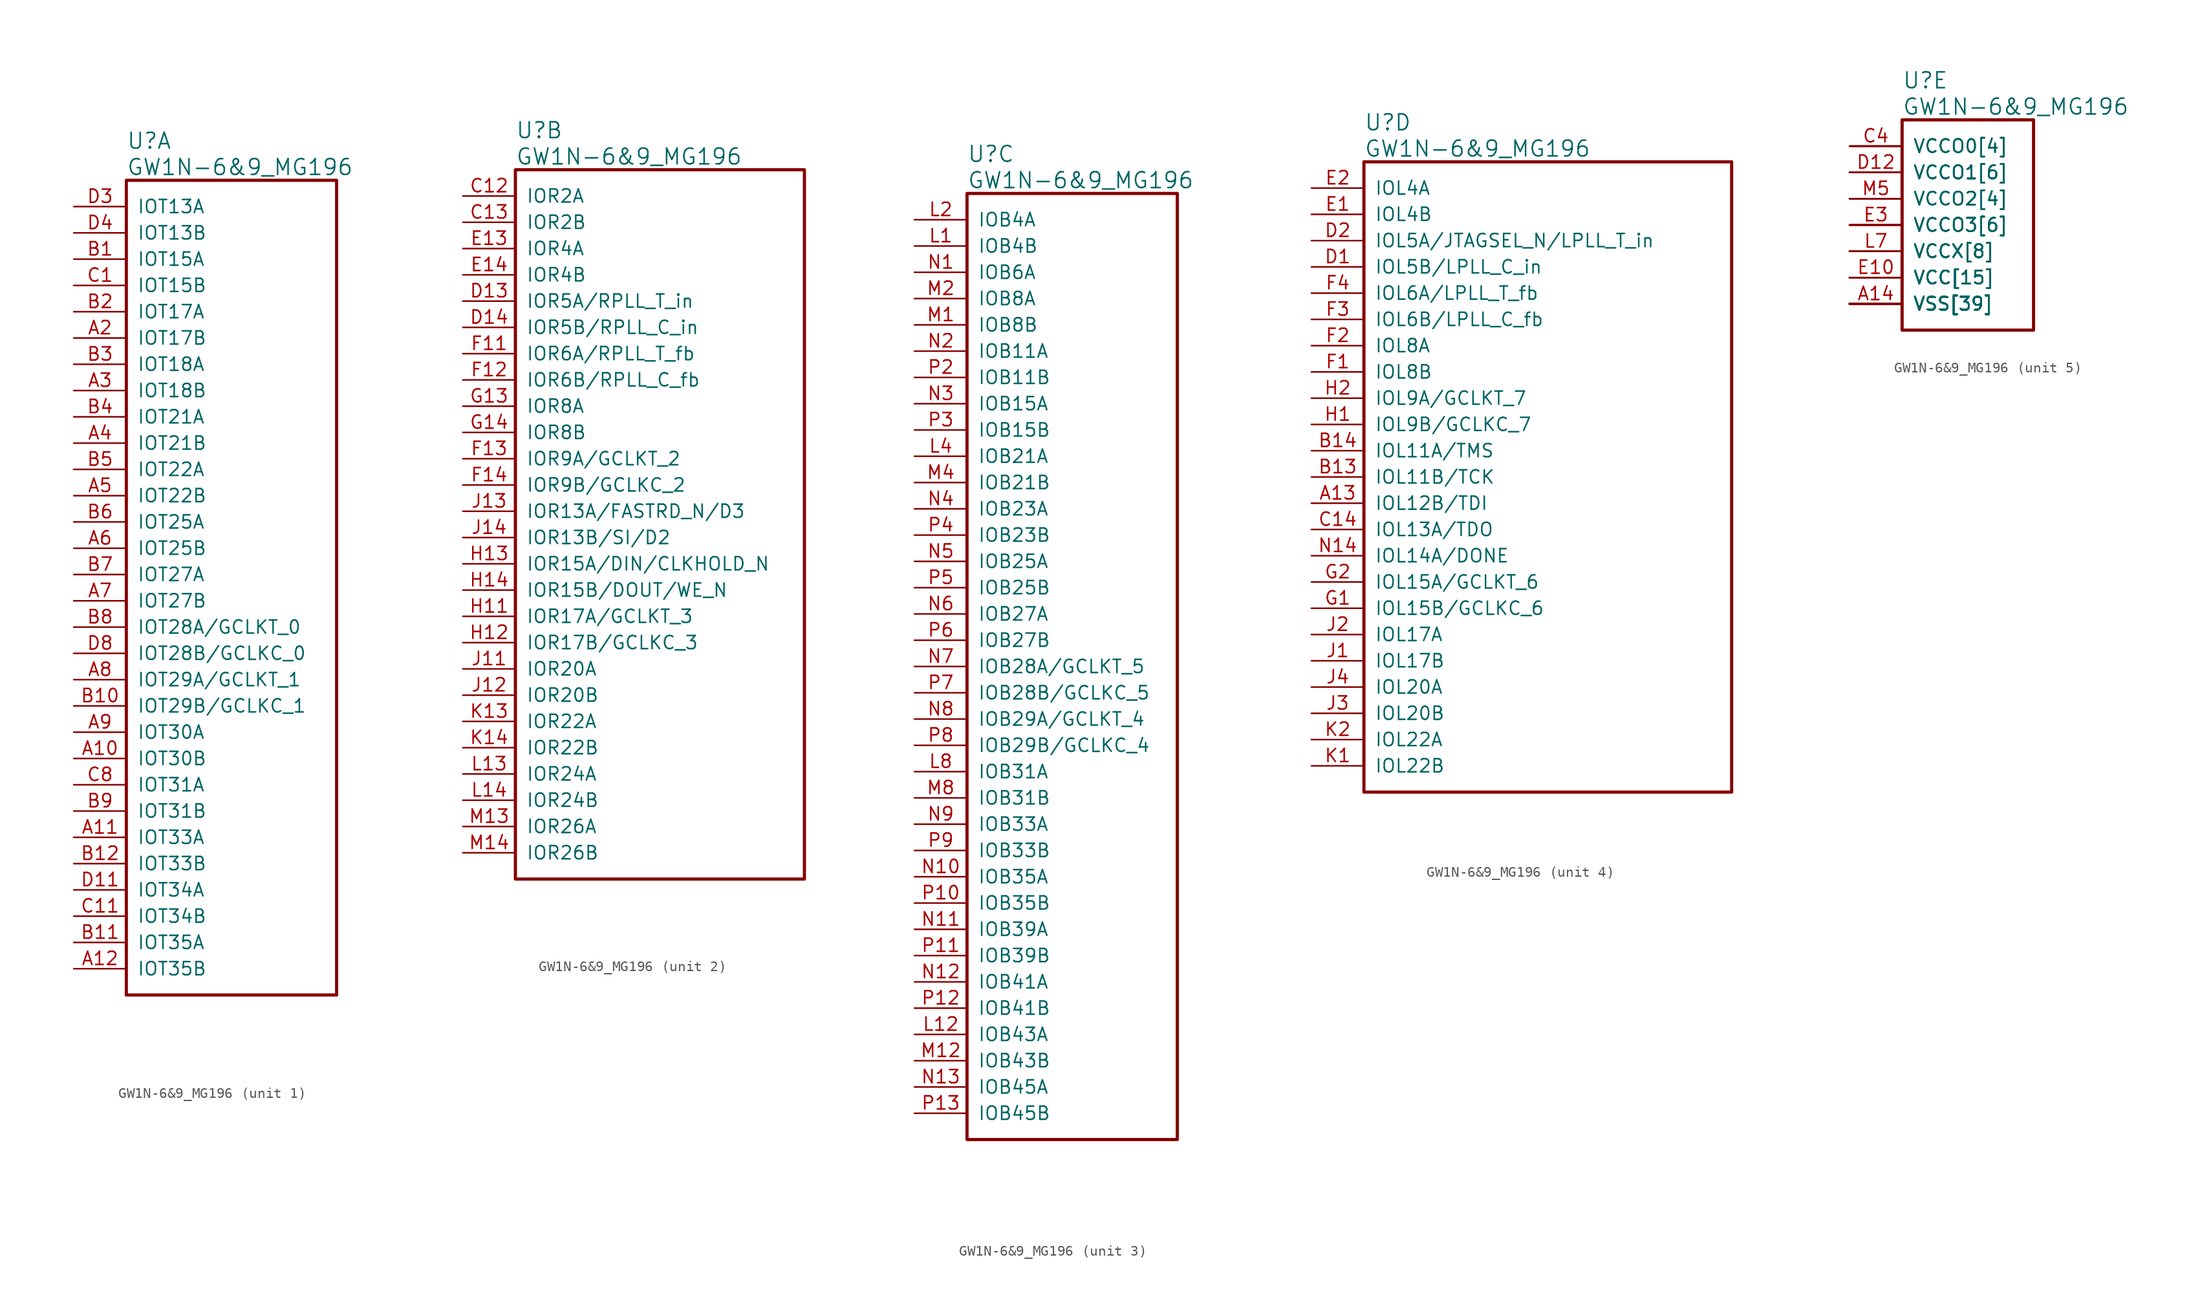
<source format=kicad_sym>
(kicad_symbol_lib
  (version 20220914)
  (generator kicad_symbol_editor)
  (symbol "GW1N-6&9_MG196"
    (pin_names
      (offset 1.016))
    (property "Reference" "U"
      (at 5.08 6.35 0)
      (effects (font (size 1.524 1.524)) (justify left)))
    (property "Value" "GW1N-6&9_MG196"
      (at 5.08 3.81 0)
      (effects (font (size 1.524 1.524)) (justify left)))
    (property "ki_locked" ""
      (at 0 0 0)
      (effects (font (size 1.27 1.27))))
    (symbol "GW1N-6&9_MG196_1_1"
      (rectangle (start 5.08 2.54) (end 25.4 -76.2) (stroke (width 0.305) (type solid)) (fill (type none)))
      (pin bidirectional line (at 0 -53.34 0) (length 5.08) (name "IOT30B" (effects (font (size 1.27 1.27)))) (number "A10" (effects (font (size 1.27 1.27)))))
      (pin bidirectional line (at 0 -60.96 0) (length 5.08) (name "IOT33A" (effects (font (size 1.27 1.27)))) (number "A11" (effects (font (size 1.27 1.27)))))
      (pin bidirectional line (at 0 -73.66 0) (length 5.08) (name "IOT35B" (effects (font (size 1.27 1.27)))) (number "A12" (effects (font (size 1.27 1.27)))))
      (pin bidirectional line (at 0 -12.7 0) (length 5.08) (name "IOT17B" (effects (font (size 1.27 1.27)))) (number "A2" (effects (font (size 1.27 1.27)))))
      (pin bidirectional line (at 0 -17.78 0) (length 5.08) (name "IOT18B" (effects (font (size 1.27 1.27)))) (number "A3" (effects (font (size 1.27 1.27)))))
      (pin bidirectional line (at 0 -22.86 0) (length 5.08) (name "IOT21B" (effects (font (size 1.27 1.27)))) (number "A4" (effects (font (size 1.27 1.27)))))
      (pin bidirectional line (at 0 -27.94 0) (length 5.08) (name "IOT22B" (effects (font (size 1.27 1.27)))) (number "A5" (effects (font (size 1.27 1.27)))))
      (pin bidirectional line (at 0 -33.02 0) (length 5.08) (name "IOT25B" (effects (font (size 1.27 1.27)))) (number "A6" (effects (font (size 1.27 1.27)))))
      (pin bidirectional line (at 0 -38.1 0) (length 5.08) (name "IOT27B" (effects (font (size 1.27 1.27)))) (number "A7" (effects (font (size 1.27 1.27)))))
      (pin bidirectional line (at 0 -45.72 0) (length 5.08) (name "IOT29A/GCLKT_1" (effects (font (size 1.27 1.27)))) (number "A8" (effects (font (size 1.27 1.27)))))
      (pin bidirectional line (at 0 -50.8 0) (length 5.08) (name "IOT30A" (effects (font (size 1.27 1.27)))) (number "A9" (effects (font (size 1.27 1.27)))))
      (pin bidirectional line (at 0 -5.08 0) (length 5.08) (name "IOT15A" (effects (font (size 1.27 1.27)))) (number "B1" (effects (font (size 1.27 1.27)))))
      (pin bidirectional line (at 0 -48.26 0) (length 5.08) (name "IOT29B/GCLKC_1" (effects (font (size 1.27 1.27)))) (number "B10" (effects (font (size 1.27 1.27)))))
      (pin bidirectional line (at 0 -71.12 0) (length 5.08) (name "IOT35A" (effects (font (size 1.27 1.27)))) (number "B11" (effects (font (size 1.27 1.27)))))
      (pin bidirectional line (at 0 -63.5 0) (length 5.08) (name "IOT33B" (effects (font (size 1.27 1.27)))) (number "B12" (effects (font (size 1.27 1.27)))))
      (pin bidirectional line (at 0 -10.16 0) (length 5.08) (name "IOT17A" (effects (font (size 1.27 1.27)))) (number "B2" (effects (font (size 1.27 1.27)))))
      (pin bidirectional line (at 0 -15.24 0) (length 5.08) (name "IOT18A" (effects (font (size 1.27 1.27)))) (number "B3" (effects (font (size 1.27 1.27)))))
      (pin bidirectional line (at 0 -20.32 0) (length 5.08) (name "IOT21A" (effects (font (size 1.27 1.27)))) (number "B4" (effects (font (size 1.27 1.27)))))
      (pin bidirectional line (at 0 -25.4 0) (length 5.08) (name "IOT22A" (effects (font (size 1.27 1.27)))) (number "B5" (effects (font (size 1.27 1.27)))))
      (pin bidirectional line (at 0 -30.48 0) (length 5.08) (name "IOT25A" (effects (font (size 1.27 1.27)))) (number "B6" (effects (font (size 1.27 1.27)))))
      (pin bidirectional line (at 0 -35.56 0) (length 5.08) (name "IOT27A" (effects (font (size 1.27 1.27)))) (number "B7" (effects (font (size 1.27 1.27)))))
      (pin bidirectional line (at 0 -40.64 0) (length 5.08) (name "IOT28A/GCLKT_0" (effects (font (size 1.27 1.27)))) (number "B8" (effects (font (size 1.27 1.27)))))
      (pin bidirectional line (at 0 -58.42 0) (length 5.08) (name "IOT31B" (effects (font (size 1.27 1.27)))) (number "B9" (effects (font (size 1.27 1.27)))))
      (pin bidirectional line (at 0 -7.62 0) (length 5.08) (name "IOT15B" (effects (font (size 1.27 1.27)))) (number "C1" (effects (font (size 1.27 1.27)))))
      (pin bidirectional line (at 0 -68.58 0) (length 5.08) (name "IOT34B" (effects (font (size 1.27 1.27)))) (number "C11" (effects (font (size 1.27 1.27)))))
      (pin bidirectional line (at 0 -55.88 0) (length 5.08) (name "IOT31A" (effects (font (size 1.27 1.27)))) (number "C8" (effects (font (size 1.27 1.27)))))
      (pin bidirectional line (at 0 -66.04 0) (length 5.08) (name "IOT34A" (effects (font (size 1.27 1.27)))) (number "D11" (effects (font (size 1.27 1.27)))))
      (pin bidirectional line (at 0 0 0) (length 5.08) (name "IOT13A" (effects (font (size 1.27 1.27)))) (number "D3" (effects (font (size 1.27 1.27)))))
      (pin bidirectional line (at 0 -2.54 0) (length 5.08) (name "IOT13B" (effects (font (size 1.27 1.27)))) (number "D4" (effects (font (size 1.27 1.27)))))
      (pin bidirectional line (at 0 -43.18 0) (length 5.08) (name "IOT28B/GCLKC_0" (effects (font (size 1.27 1.27)))) (number "D8" (effects (font (size 1.27 1.27))))))
    (symbol "GW1N-6&9_MG196_2_1"
      (rectangle (start 5.08 2.54) (end 33.02 -66.04) (stroke (width 0.305) (type solid)) (fill (type none)))
      (pin bidirectional line (at 0 0 0) (length 5.08) (name "IOR2A" (effects (font (size 1.27 1.27)))) (number "C12" (effects (font (size 1.27 1.27)))))
      (pin bidirectional line (at 0 -2.54 0) (length 5.08) (name "IOR2B" (effects (font (size 1.27 1.27)))) (number "C13" (effects (font (size 1.27 1.27)))))
      (pin bidirectional line (at 0 -10.16 0) (length 5.08) (name "IOR5A/RPLL_T_in" (effects (font (size 1.27 1.27)))) (number "D13" (effects (font (size 1.27 1.27)))))
      (pin bidirectional line (at 0 -12.7 0) (length 5.08) (name "IOR5B/RPLL_C_in" (effects (font (size 1.27 1.27)))) (number "D14" (effects (font (size 1.27 1.27)))))
      (pin bidirectional line (at 0 -5.08 0) (length 5.08) (name "IOR4A" (effects (font (size 1.27 1.27)))) (number "E13" (effects (font (size 1.27 1.27)))))
      (pin bidirectional line (at 0 -7.62 0) (length 5.08) (name "IOR4B" (effects (font (size 1.27 1.27)))) (number "E14" (effects (font (size 1.27 1.27)))))
      (pin bidirectional line (at 0 -15.24 0) (length 5.08) (name "IOR6A/RPLL_T_fb" (effects (font (size 1.27 1.27)))) (number "F11" (effects (font (size 1.27 1.27)))))
      (pin bidirectional line (at 0 -17.78 0) (length 5.08) (name "IOR6B/RPLL_C_fb" (effects (font (size 1.27 1.27)))) (number "F12" (effects (font (size 1.27 1.27)))))
      (pin bidirectional line (at 0 -25.4 0) (length 5.08) (name "IOR9A/GCLKT_2" (effects (font (size 1.27 1.27)))) (number "F13" (effects (font (size 1.27 1.27)))))
      (pin bidirectional line (at 0 -27.94 0) (length 5.08) (name "IOR9B/GCLKC_2" (effects (font (size 1.27 1.27)))) (number "F14" (effects (font (size 1.27 1.27)))))
      (pin bidirectional line (at 0 -20.32 0) (length 5.08) (name "IOR8A" (effects (font (size 1.27 1.27)))) (number "G13" (effects (font (size 1.27 1.27)))))
      (pin bidirectional line (at 0 -22.86 0) (length 5.08) (name "IOR8B" (effects (font (size 1.27 1.27)))) (number "G14" (effects (font (size 1.27 1.27)))))
      (pin bidirectional line (at 0 -40.64 0) (length 5.08) (name "IOR17A/GCLKT_3" (effects (font (size 1.27 1.27)))) (number "H11" (effects (font (size 1.27 1.27)))))
      (pin bidirectional line (at 0 -43.18 0) (length 5.08) (name "IOR17B/GCLKC_3" (effects (font (size 1.27 1.27)))) (number "H12" (effects (font (size 1.27 1.27)))))
      (pin bidirectional line (at 0 -35.56 0) (length 5.08) (name "IOR15A/DIN/CLKHOLD_N" (effects (font (size 1.27 1.27)))) (number "H13" (effects (font (size 1.27 1.27)))))
      (pin bidirectional line (at 0 -38.1 0) (length 5.08) (name "IOR15B/DOUT/WE_N" (effects (font (size 1.27 1.27)))) (number "H14" (effects (font (size 1.27 1.27)))))
      (pin bidirectional line (at 0 -45.72 0) (length 5.08) (name "IOR20A" (effects (font (size 1.27 1.27)))) (number "J11" (effects (font (size 1.27 1.27)))))
      (pin bidirectional line (at 0 -48.26 0) (length 5.08) (name "IOR20B" (effects (font (size 1.27 1.27)))) (number "J12" (effects (font (size 1.27 1.27)))))
      (pin bidirectional line (at 0 -30.48 0) (length 5.08) (name "IOR13A/FASTRD_N/D3" (effects (font (size 1.27 1.27)))) (number "J13" (effects (font (size 1.27 1.27)))))
      (pin bidirectional line (at 0 -33.02 0) (length 5.08) (name "IOR13B/SI/D2" (effects (font (size 1.27 1.27)))) (number "J14" (effects (font (size 1.27 1.27)))))
      (pin bidirectional line (at 0 -50.8 0) (length 5.08) (name "IOR22A" (effects (font (size 1.27 1.27)))) (number "K13" (effects (font (size 1.27 1.27)))))
      (pin bidirectional line (at 0 -53.34 0) (length 5.08) (name "IOR22B" (effects (font (size 1.27 1.27)))) (number "K14" (effects (font (size 1.27 1.27)))))
      (pin bidirectional line (at 0 -55.88 0) (length 5.08) (name "IOR24A" (effects (font (size 1.27 1.27)))) (number "L13" (effects (font (size 1.27 1.27)))))
      (pin bidirectional line (at 0 -58.42 0) (length 5.08) (name "IOR24B" (effects (font (size 1.27 1.27)))) (number "L14" (effects (font (size 1.27 1.27)))))
      (pin bidirectional line (at 0 -60.96 0) (length 5.08) (name "IOR26A" (effects (font (size 1.27 1.27)))) (number "M13" (effects (font (size 1.27 1.27)))))
      (pin bidirectional line (at 0 -63.5 0) (length 5.08) (name "IOR26B" (effects (font (size 1.27 1.27)))) (number "M14" (effects (font (size 1.27 1.27))))))
    (symbol "GW1N-6&9_MG196_3_1"
      (rectangle (start 5.08 2.54) (end 25.4 -88.9) (stroke (width 0.305) (type solid)) (fill (type none)))
      (pin bidirectional line (at 0 -2.54 0) (length 5.08) (name "IOB4B" (effects (font (size 1.27 1.27)))) (number "L1" (effects (font (size 1.27 1.27)))))
      (pin bidirectional line (at 0 -78.74 0) (length 5.08) (name "IOB43A" (effects (font (size 1.27 1.27)))) (number "L12" (effects (font (size 1.27 1.27)))))
      (pin bidirectional line (at 0 0 0) (length 5.08) (name "IOB4A" (effects (font (size 1.27 1.27)))) (number "L2" (effects (font (size 1.27 1.27)))))
      (pin bidirectional line (at 0 -22.86 0) (length 5.08) (name "IOB21A" (effects (font (size 1.27 1.27)))) (number "L4" (effects (font (size 1.27 1.27)))))
      (pin bidirectional line (at 0 -53.34 0) (length 5.08) (name "IOB31A" (effects (font (size 1.27 1.27)))) (number "L8" (effects (font (size 1.27 1.27)))))
      (pin bidirectional line (at 0 -10.16 0) (length 5.08) (name "IOB8B" (effects (font (size 1.27 1.27)))) (number "M1" (effects (font (size 1.27 1.27)))))
      (pin bidirectional line (at 0 -81.28 0) (length 5.08) (name "IOB43B" (effects (font (size 1.27 1.27)))) (number "M12" (effects (font (size 1.27 1.27)))))
      (pin bidirectional line (at 0 -7.62 0) (length 5.08) (name "IOB8A" (effects (font (size 1.27 1.27)))) (number "M2" (effects (font (size 1.27 1.27)))))
      (pin bidirectional line (at 0 -25.4 0) (length 5.08) (name "IOB21B" (effects (font (size 1.27 1.27)))) (number "M4" (effects (font (size 1.27 1.27)))))
      (pin bidirectional line (at 0 -55.88 0) (length 5.08) (name "IOB31B" (effects (font (size 1.27 1.27)))) (number "M8" (effects (font (size 1.27 1.27)))))
      (pin bidirectional line (at 0 -5.08 0) (length 5.08) (name "IOB6A" (effects (font (size 1.27 1.27)))) (number "N1" (effects (font (size 1.27 1.27)))))
      (pin bidirectional line (at 0 -63.5 0) (length 5.08) (name "IOB35A" (effects (font (size 1.27 1.27)))) (number "N10" (effects (font (size 1.27 1.27)))))
      (pin bidirectional line (at 0 -68.58 0) (length 5.08) (name "IOB39A" (effects (font (size 1.27 1.27)))) (number "N11" (effects (font (size 1.27 1.27)))))
      (pin bidirectional line (at 0 -73.66 0) (length 5.08) (name "IOB41A" (effects (font (size 1.27 1.27)))) (number "N12" (effects (font (size 1.27 1.27)))))
      (pin bidirectional line (at 0 -83.82 0) (length 5.08) (name "IOB45A" (effects (font (size 1.27 1.27)))) (number "N13" (effects (font (size 1.27 1.27)))))
      (pin bidirectional line (at 0 -12.7 0) (length 5.08) (name "IOB11A" (effects (font (size 1.27 1.27)))) (number "N2" (effects (font (size 1.27 1.27)))))
      (pin bidirectional line (at 0 -17.78 0) (length 5.08) (name "IOB15A" (effects (font (size 1.27 1.27)))) (number "N3" (effects (font (size 1.27 1.27)))))
      (pin bidirectional line (at 0 -27.94 0) (length 5.08) (name "IOB23A" (effects (font (size 1.27 1.27)))) (number "N4" (effects (font (size 1.27 1.27)))))
      (pin bidirectional line (at 0 -33.02 0) (length 5.08) (name "IOB25A" (effects (font (size 1.27 1.27)))) (number "N5" (effects (font (size 1.27 1.27)))))
      (pin bidirectional line (at 0 -38.1 0) (length 5.08) (name "IOB27A" (effects (font (size 1.27 1.27)))) (number "N6" (effects (font (size 1.27 1.27)))))
      (pin bidirectional line (at 0 -43.18 0) (length 5.08) (name "IOB28A/GCLKT_5" (effects (font (size 1.27 1.27)))) (number "N7" (effects (font (size 1.27 1.27)))))
      (pin bidirectional line (at 0 -48.26 0) (length 5.08) (name "IOB29A/GCLKT_4" (effects (font (size 1.27 1.27)))) (number "N8" (effects (font (size 1.27 1.27)))))
      (pin bidirectional line (at 0 -58.42 0) (length 5.08) (name "IOB33A" (effects (font (size 1.27 1.27)))) (number "N9" (effects (font (size 1.27 1.27)))))
      (pin bidirectional line (at 0 -66.04 0) (length 5.08) (name "IOB35B" (effects (font (size 1.27 1.27)))) (number "P10" (effects (font (size 1.27 1.27)))))
      (pin bidirectional line (at 0 -71.12 0) (length 5.08) (name "IOB39B" (effects (font (size 1.27 1.27)))) (number "P11" (effects (font (size 1.27 1.27)))))
      (pin bidirectional line (at 0 -76.2 0) (length 5.08) (name "IOB41B" (effects (font (size 1.27 1.27)))) (number "P12" (effects (font (size 1.27 1.27)))))
      (pin bidirectional line (at 0 -86.36 0) (length 5.08) (name "IOB45B" (effects (font (size 1.27 1.27)))) (number "P13" (effects (font (size 1.27 1.27)))))
      (pin bidirectional line (at 0 -15.24 0) (length 5.08) (name "IOB11B" (effects (font (size 1.27 1.27)))) (number "P2" (effects (font (size 1.27 1.27)))))
      (pin bidirectional line (at 0 -20.32 0) (length 5.08) (name "IOB15B" (effects (font (size 1.27 1.27)))) (number "P3" (effects (font (size 1.27 1.27)))))
      (pin bidirectional line (at 0 -30.48 0) (length 5.08) (name "IOB23B" (effects (font (size 1.27 1.27)))) (number "P4" (effects (font (size 1.27 1.27)))))
      (pin bidirectional line (at 0 -35.56 0) (length 5.08) (name "IOB25B" (effects (font (size 1.27 1.27)))) (number "P5" (effects (font (size 1.27 1.27)))))
      (pin bidirectional line (at 0 -40.64 0) (length 5.08) (name "IOB27B" (effects (font (size 1.27 1.27)))) (number "P6" (effects (font (size 1.27 1.27)))))
      (pin bidirectional line (at 0 -45.72 0) (length 5.08) (name "IOB28B/GCLKC_5" (effects (font (size 1.27 1.27)))) (number "P7" (effects (font (size 1.27 1.27)))))
      (pin bidirectional line (at 0 -50.8 0) (length 5.08) (name "IOB29B/GCLKC_4" (effects (font (size 1.27 1.27)))) (number "P8" (effects (font (size 1.27 1.27)))))
      (pin bidirectional line (at 0 -60.96 0) (length 5.08) (name "IOB33B" (effects (font (size 1.27 1.27)))) (number "P9" (effects (font (size 1.27 1.27))))))
    (symbol "GW1N-6&9_MG196_4_1"
      (rectangle (start 5.08 2.54) (end 40.64 -58.42) (stroke (width 0.305) (type solid)) (fill (type none)))
      (pin bidirectional line (at 0 -30.48 0) (length 5.08) (name "IOL12B/TDI" (effects (font (size 1.27 1.27)))) (number "A13" (effects (font (size 1.27 1.27)))))
      (pin bidirectional line (at 0 -27.94 0) (length 5.08) (name "IOL11B/TCK" (effects (font (size 1.27 1.27)))) (number "B13" (effects (font (size 1.27 1.27)))))
      (pin bidirectional line (at 0 -25.4 0) (length 5.08) (name "IOL11A/TMS" (effects (font (size 1.27 1.27)))) (number "B14" (effects (font (size 1.27 1.27)))))
      (pin bidirectional line (at 0 -33.02 0) (length 5.08) (name "IOL13A/TDO" (effects (font (size 1.27 1.27)))) (number "C14" (effects (font (size 1.27 1.27)))))
      (pin bidirectional line (at 0 -7.62 0) (length 5.08) (name "IOL5B/LPLL_C_in" (effects (font (size 1.27 1.27)))) (number "D1" (effects (font (size 1.27 1.27)))))
      (pin bidirectional line (at 0 -5.08 0) (length 5.08) (name "IOL5A/JTAGSEL_N/LPLL_T_in" (effects (font (size 1.27 1.27)))) (number "D2" (effects (font (size 1.27 1.27)))))
      (pin bidirectional line (at 0 -2.54 0) (length 5.08) (name "IOL4B" (effects (font (size 1.27 1.27)))) (number "E1" (effects (font (size 1.27 1.27)))))
      (pin bidirectional line (at 0 0 0) (length 5.08) (name "IOL4A" (effects (font (size 1.27 1.27)))) (number "E2" (effects (font (size 1.27 1.27)))))
      (pin bidirectional line (at 0 -17.78 0) (length 5.08) (name "IOL8B" (effects (font (size 1.27 1.27)))) (number "F1" (effects (font (size 1.27 1.27)))))
      (pin bidirectional line (at 0 -15.24 0) (length 5.08) (name "IOL8A" (effects (font (size 1.27 1.27)))) (number "F2" (effects (font (size 1.27 1.27)))))
      (pin bidirectional line (at 0 -12.7 0) (length 5.08) (name "IOL6B/LPLL_C_fb" (effects (font (size 1.27 1.27)))) (number "F3" (effects (font (size 1.27 1.27)))))
      (pin bidirectional line (at 0 -10.16 0) (length 5.08) (name "IOL6A/LPLL_T_fb" (effects (font (size 1.27 1.27)))) (number "F4" (effects (font (size 1.27 1.27)))))
      (pin bidirectional line (at 0 -40.64 0) (length 5.08) (name "IOL15B/GCLKC_6" (effects (font (size 1.27 1.27)))) (number "G1" (effects (font (size 1.27 1.27)))))
      (pin bidirectional line (at 0 -38.1 0) (length 5.08) (name "IOL15A/GCLKT_6" (effects (font (size 1.27 1.27)))) (number "G2" (effects (font (size 1.27 1.27)))))
      (pin bidirectional line (at 0 -22.86 0) (length 5.08) (name "IOL9B/GCLKC_7" (effects (font (size 1.27 1.27)))) (number "H1" (effects (font (size 1.27 1.27)))))
      (pin bidirectional line (at 0 -20.32 0) (length 5.08) (name "IOL9A/GCLKT_7" (effects (font (size 1.27 1.27)))) (number "H2" (effects (font (size 1.27 1.27)))))
      (pin bidirectional line (at 0 -45.72 0) (length 5.08) (name "IOL17B" (effects (font (size 1.27 1.27)))) (number "J1" (effects (font (size 1.27 1.27)))))
      (pin bidirectional line (at 0 -43.18 0) (length 5.08) (name "IOL17A" (effects (font (size 1.27 1.27)))) (number "J2" (effects (font (size 1.27 1.27)))))
      (pin bidirectional line (at 0 -50.8 0) (length 5.08) (name "IOL20B" (effects (font (size 1.27 1.27)))) (number "J3" (effects (font (size 1.27 1.27)))))
      (pin bidirectional line (at 0 -48.26 0) (length 5.08) (name "IOL20A" (effects (font (size 1.27 1.27)))) (number "J4" (effects (font (size 1.27 1.27)))))
      (pin bidirectional line (at 0 -55.88 0) (length 5.08) (name "IOL22B" (effects (font (size 1.27 1.27)))) (number "K1" (effects (font (size 1.27 1.27)))))
      (pin bidirectional line (at 0 -53.34 0) (length 5.08) (name "IOL22A" (effects (font (size 1.27 1.27)))) (number "K2" (effects (font (size 1.27 1.27)))))
      (pin bidirectional line (at 0 -35.56 0) (length 5.08) (name "IOL14A/DONE" (effects (font (size 1.27 1.27)))) (number "N14" (effects (font (size 1.27 1.27))))))
    (symbol "GW1N-6&9_MG196_5_1"
      (rectangle (start 5.08 2.54) (end 17.78 -17.78) (stroke (width 0.305) (type solid)) (fill (type none)))
      (pin power_in line (at 0 -15.24 0) (length 5.08) (name "VSS[39]" (effects (font (size 1.27 1.27)))) (number "A1" (effects (font (size 0 0)))))
      (pin power_in line (at 0 -15.24 0) (length 5.08) (name "VSS[39]" (effects (font (size 1.27 1.27)))) (number "A14" (effects (font (size 1.27 1.27)))))
      (pin power_in line (at 0 0 0) (length 5.08) (name "VCCO0[4]" (effects (font (size 1.27 1.27)))) (number "C10" (effects (font (size 0 0)))))
      (pin power_in line (at 0 -15.24 0) (length 5.08) (name "VSS[39]" (effects (font (size 1.27 1.27)))) (number "C2" (effects (font (size 0 0)))))
      (pin power_in line (at 0 -15.24 0) (length 5.08) (name "VSS[39]" (effects (font (size 1.27 1.27)))) (number "C3" (effects (font (size 0 0)))))
      (pin power_in line (at 0 0 0) (length 5.08) (name "VCCO0[4]" (effects (font (size 1.27 1.27)))) (number "C4" (effects (font (size 1.27 1.27)))))
      (pin power_in line (at 0 0 0) (length 5.08) (name "VCCO0[4]" (effects (font (size 1.27 1.27)))) (number "C5" (effects (font (size 0 0)))))
      (pin power_in line (at 0 -15.24 0) (length 5.08) (name "VSS[39]" (effects (font (size 1.27 1.27)))) (number "C6" (effects (font (size 0 0)))))
      (pin power_in line (at 0 -15.24 0) (length 5.08) (name "VSS[39]" (effects (font (size 1.27 1.27)))) (number "C7" (effects (font (size 0 0)))))
      (pin power_in line (at 0 0 0) (length 5.08) (name "VCCO0[4]" (effects (font (size 1.27 1.27)))) (number "C9" (effects (font (size 0 0)))))
      (pin power_in line (at 0 -15.24 0) (length 5.08) (name "VSS[39]" (effects (font (size 1.27 1.27)))) (number "D10" (effects (font (size 0 0)))))
      (pin power_in line (at 0 -2.54 0) (length 5.08) (name "VCCO1[6]" (effects (font (size 1.27 1.27)))) (number "D12" (effects (font (size 1.27 1.27)))))
      (pin power_in line (at 0 -15.24 0) (length 5.08) (name "VSS[39]" (effects (font (size 1.27 1.27)))) (number "D5" (effects (font (size 0 0)))))
      (pin power_in line (at 0 -15.24 0) (length 5.08) (name "VSS[39]" (effects (font (size 1.27 1.27)))) (number "D6" (effects (font (size 0 0)))))
      (pin power_in line (at 0 -10.16 0) (length 5.08) (name "VCCX[8]" (effects (font (size 1.27 1.27)))) (number "D7" (effects (font (size 0 0)))))
      (pin power_in line (at 0 -15.24 0) (length 5.08) (name "VSS[39]" (effects (font (size 1.27 1.27)))) (number "D9" (effects (font (size 0 0)))))
      (pin power_in line (at 0 -12.7 0) (length 5.08) (name "VCC[15]" (effects (font (size 1.27 1.27)))) (number "E10" (effects (font (size 1.27 1.27)))))
      (pin power_in line (at 0 -15.24 0) (length 5.08) (name "VSS[39]" (effects (font (size 1.27 1.27)))) (number "E11" (effects (font (size 0 0)))))
      (pin power_in line (at 0 -2.54 0) (length 5.08) (name "VCCO1[6]" (effects (font (size 1.27 1.27)))) (number "E12" (effects (font (size 0 0)))))
      (pin power_in line (at 0 -7.62 0) (length 5.08) (name "VCCO3[6]" (effects (font (size 1.27 1.27)))) (number "E3" (effects (font (size 1.27 1.27)))))
      (pin power_in line (at 0 -7.62 0) (length 5.08) (name "VCCO3[6]" (effects (font (size 1.27 1.27)))) (number "E4" (effects (font (size 0 0)))))
      (pin power_in line (at 0 -12.7 0) (length 5.08) (name "VCC[15]" (effects (font (size 1.27 1.27)))) (number "E5" (effects (font (size 0 0)))))
      (pin power_in line (at 0 -12.7 0) (length 5.08) (name "VCC[15]" (effects (font (size 1.27 1.27)))) (number "E6" (effects (font (size 0 0)))))
      (pin power_in line (at 0 -10.16 0) (length 5.08) (name "VCCX[8]" (effects (font (size 1.27 1.27)))) (number "E7" (effects (font (size 0 0)))))
      (pin power_in line (at 0 -15.24 0) (length 5.08) (name "VSS[39]" (effects (font (size 1.27 1.27)))) (number "E8" (effects (font (size 0 0)))))
      (pin power_in line (at 0 -12.7 0) (length 5.08) (name "VCC[15]" (effects (font (size 1.27 1.27)))) (number "E9" (effects (font (size 0 0)))))
      (pin power_in line (at 0 -12.7 0) (length 5.08) (name "VCC[15]" (effects (font (size 1.27 1.27)))) (number "F10" (effects (font (size 0 0)))))
      (pin power_in line (at 0 -12.7 0) (length 5.08) (name "VCC[15]" (effects (font (size 1.27 1.27)))) (number "F5" (effects (font (size 0 0)))))
      (pin power_in line (at 0 -12.7 0) (length 5.08) (name "VCC[15]" (effects (font (size 1.27 1.27)))) (number "F6" (effects (font (size 0 0)))))
      (pin power_in line (at 0 -15.24 0) (length 5.08) (name "VSS[39]" (effects (font (size 1.27 1.27)))) (number "F7" (effects (font (size 0 0)))))
      (pin power_in line (at 0 -15.24 0) (length 5.08) (name "VSS[39]" (effects (font (size 1.27 1.27)))) (number "F8" (effects (font (size 0 0)))))
      (pin power_in line (at 0 -12.7 0) (length 5.08) (name "VCC[15]" (effects (font (size 1.27 1.27)))) (number "F9" (effects (font (size 0 0)))))
      (pin power_in line (at 0 -10.16 0) (length 5.08) (name "VCCX[8]" (effects (font (size 1.27 1.27)))) (number "G10" (effects (font (size 0 0)))))
      (pin power_in line (at 0 -2.54 0) (length 5.08) (name "VCCO1[6]" (effects (font (size 1.27 1.27)))) (number "G11" (effects (font (size 0 0)))))
      (pin power_in line (at 0 -2.54 0) (length 5.08) (name "VCCO1[6]" (effects (font (size 1.27 1.27)))) (number "G12" (effects (font (size 0 0)))))
      (pin power_in line (at 0 -7.62 0) (length 5.08) (name "VCCO3[6]" (effects (font (size 1.27 1.27)))) (number "G3" (effects (font (size 0 0)))))
      (pin power_in line (at 0 -15.24 0) (length 5.08) (name "VSS[39]" (effects (font (size 1.27 1.27)))) (number "G4" (effects (font (size 0 0)))))
      (pin power_in line (at 0 -15.24 0) (length 5.08) (name "VSS[39]" (effects (font (size 1.27 1.27)))) (number "G5" (effects (font (size 0 0)))))
      (pin power_in line (at 0 -15.24 0) (length 5.08) (name "VSS[39]" (effects (font (size 1.27 1.27)))) (number "G6" (effects (font (size 0 0)))))
      (pin power_in line (at 0 -15.24 0) (length 5.08) (name "VSS[39]" (effects (font (size 1.27 1.27)))) (number "G7" (effects (font (size 0 0)))))
      (pin power_in line (at 0 -15.24 0) (length 5.08) (name "VSS[39]" (effects (font (size 1.27 1.27)))) (number "G8" (effects (font (size 0 0)))))
      (pin power_in line (at 0 -10.16 0) (length 5.08) (name "VCCX[8]" (effects (font (size 1.27 1.27)))) (number "G9" (effects (font (size 0 0)))))
      (pin power_in line (at 0 -15.24 0) (length 5.08) (name "VSS[39]" (effects (font (size 1.27 1.27)))) (number "H10" (effects (font (size 0 0)))))
      (pin power_in line (at 0 -7.62 0) (length 5.08) (name "VCCO3[6]" (effects (font (size 1.27 1.27)))) (number "H3" (effects (font (size 0 0)))))
      (pin power_in line (at 0 -15.24 0) (length 5.08) (name "VSS[39]" (effects (font (size 1.27 1.27)))) (number "H4" (effects (font (size 0 0)))))
      (pin power_in line (at 0 -10.16 0) (length 5.08) (name "VCCX[8]" (effects (font (size 1.27 1.27)))) (number "H5" (effects (font (size 0 0)))))
      (pin power_in line (at 0 -10.16 0) (length 5.08) (name "VCCX[8]" (effects (font (size 1.27 1.27)))) (number "H6" (effects (font (size 0 0)))))
      (pin power_in line (at 0 -15.24 0) (length 5.08) (name "VSS[39]" (effects (font (size 1.27 1.27)))) (number "H7" (effects (font (size 0 0)))))
      (pin power_in line (at 0 -15.24 0) (length 5.08) (name "VSS[39]" (effects (font (size 1.27 1.27)))) (number "H8" (effects (font (size 0 0)))))
      (pin power_in line (at 0 -15.24 0) (length 5.08) (name "VSS[39]" (effects (font (size 1.27 1.27)))) (number "H9" (effects (font (size 0 0)))))
      (pin power_in line (at 0 -15.24 0) (length 5.08) (name "VSS[39]" (effects (font (size 1.27 1.27)))) (number "J10" (effects (font (size 0 0)))))
      (pin power_in line (at 0 -12.7 0) (length 5.08) (name "VCC[15]" (effects (font (size 1.27 1.27)))) (number "J5" (effects (font (size 0 0)))))
      (pin power_in line (at 0 -12.7 0) (length 5.08) (name "VCC[15]" (effects (font (size 1.27 1.27)))) (number "J6" (effects (font (size 0 0)))))
      (pin power_in line (at 0 -15.24 0) (length 5.08) (name "VSS[39]" (effects (font (size 1.27 1.27)))) (number "J7" (effects (font (size 0 0)))))
      (pin power_in line (at 0 -15.24 0) (length 5.08) (name "VSS[39]" (effects (font (size 1.27 1.27)))) (number "J8" (effects (font (size 0 0)))))
      (pin power_in line (at 0 -12.7 0) (length 5.08) (name "VCC[15]" (effects (font (size 1.27 1.27)))) (number "J9" (effects (font (size 0 0)))))
      (pin power_in line (at 0 -12.7 0) (length 5.08) (name "VCC[15]" (effects (font (size 1.27 1.27)))) (number "K10" (effects (font (size 0 0)))))
      (pin power_in line (at 0 -2.54 0) (length 5.08) (name "VCCO1[6]" (effects (font (size 1.27 1.27)))) (number "K11" (effects (font (size 0 0)))))
      (pin power_in line (at 0 -2.54 0) (length 5.08) (name "VCCO1[6]" (effects (font (size 1.27 1.27)))) (number "K12" (effects (font (size 0 0)))))
      (pin power_in line (at 0 -7.62 0) (length 5.08) (name "VCCO3[6]" (effects (font (size 1.27 1.27)))) (number "K3" (effects (font (size 0 0)))))
      (pin power_in line (at 0 -7.62 0) (length 5.08) (name "VCCO3[6]" (effects (font (size 1.27 1.27)))) (number "K4" (effects (font (size 0 0)))))
      (pin power_in line (at 0 -12.7 0) (length 5.08) (name "VCC[15]" (effects (font (size 1.27 1.27)))) (number "K5" (effects (font (size 0 0)))))
      (pin power_in line (at 0 -12.7 0) (length 5.08) (name "VCC[15]" (effects (font (size 1.27 1.27)))) (number "K6" (effects (font (size 0 0)))))
      (pin power_in line (at 0 -10.16 0) (length 5.08) (name "VCCX[8]" (effects (font (size 1.27 1.27)))) (number "K7" (effects (font (size 0 0)))))
      (pin power_in line (at 0 -15.24 0) (length 5.08) (name "VSS[39]" (effects (font (size 1.27 1.27)))) (number "K8" (effects (font (size 0 0)))))
      (pin power_in line (at 0 -12.7 0) (length 5.08) (name "VCC[15]" (effects (font (size 1.27 1.27)))) (number "K9" (effects (font (size 0 0)))))
      (pin power_in line (at 0 -15.24 0) (length 5.08) (name "VSS[39]" (effects (font (size 1.27 1.27)))) (number "L10" (effects (font (size 0 0)))))
      (pin power_in line (at 0 -15.24 0) (length 5.08) (name "VSS[39]" (effects (font (size 1.27 1.27)))) (number "L11" (effects (font (size 0 0)))))
      (pin power_in line (at 0 -15.24 0) (length 5.08) (name "VSS[39]" (effects (font (size 1.27 1.27)))) (number "L3" (effects (font (size 0 0)))))
      (pin power_in line (at 0 -15.24 0) (length 5.08) (name "VSS[39]" (effects (font (size 1.27 1.27)))) (number "L5" (effects (font (size 0 0)))))
      (pin power_in line (at 0 -15.24 0) (length 5.08) (name "VSS[39]" (effects (font (size 1.27 1.27)))) (number "L6" (effects (font (size 0 0)))))
      (pin power_in line (at 0 -10.16 0) (length 5.08) (name "VCCX[8]" (effects (font (size 1.27 1.27)))) (number "L7" (effects (font (size 1.27 1.27)))))
      (pin power_in line (at 0 -15.24 0) (length 5.08) (name "VSS[39]" (effects (font (size 1.27 1.27)))) (number "L9" (effects (font (size 0 0)))))
      (pin power_in line (at 0 -5.08 0) (length 5.08) (name "VCCO2[4]" (effects (font (size 1.27 1.27)))) (number "M10" (effects (font (size 0 0)))))
      (pin power_in line (at 0 -15.24 0) (length 5.08) (name "VSS[39]" (effects (font (size 1.27 1.27)))) (number "M11" (effects (font (size 0 0)))))
      (pin power_in line (at 0 -15.24 0) (length 5.08) (name "VSS[39]" (effects (font (size 1.27 1.27)))) (number "M3" (effects (font (size 0 0)))))
      (pin power_in line (at 0 -5.08 0) (length 5.08) (name "VCCO2[4]" (effects (font (size 1.27 1.27)))) (number "M5" (effects (font (size 1.27 1.27)))))
      (pin power_in line (at 0 -5.08 0) (length 5.08) (name "VCCO2[4]" (effects (font (size 1.27 1.27)))) (number "M6" (effects (font (size 0 0)))))
      (pin power_in line (at 0 -15.24 0) (length 5.08) (name "VSS[39]" (effects (font (size 1.27 1.27)))) (number "M7" (effects (font (size 0 0)))))
      (pin power_in line (at 0 -5.08 0) (length 5.08) (name "VCCO2[4]" (effects (font (size 1.27 1.27)))) (number "M9" (effects (font (size 0 0)))))
      (pin power_in line (at 0 -15.24 0) (length 5.08) (name "VSS[39]" (effects (font (size 1.27 1.27)))) (number "P1" (effects (font (size 0 0)))))
      (pin power_in line (at 0 -15.24 0) (length 5.08) (name "VSS[39]" (effects (font (size 1.27 1.27)))) (number "P14" (effects (font (size 0 0))))))))
</source>
